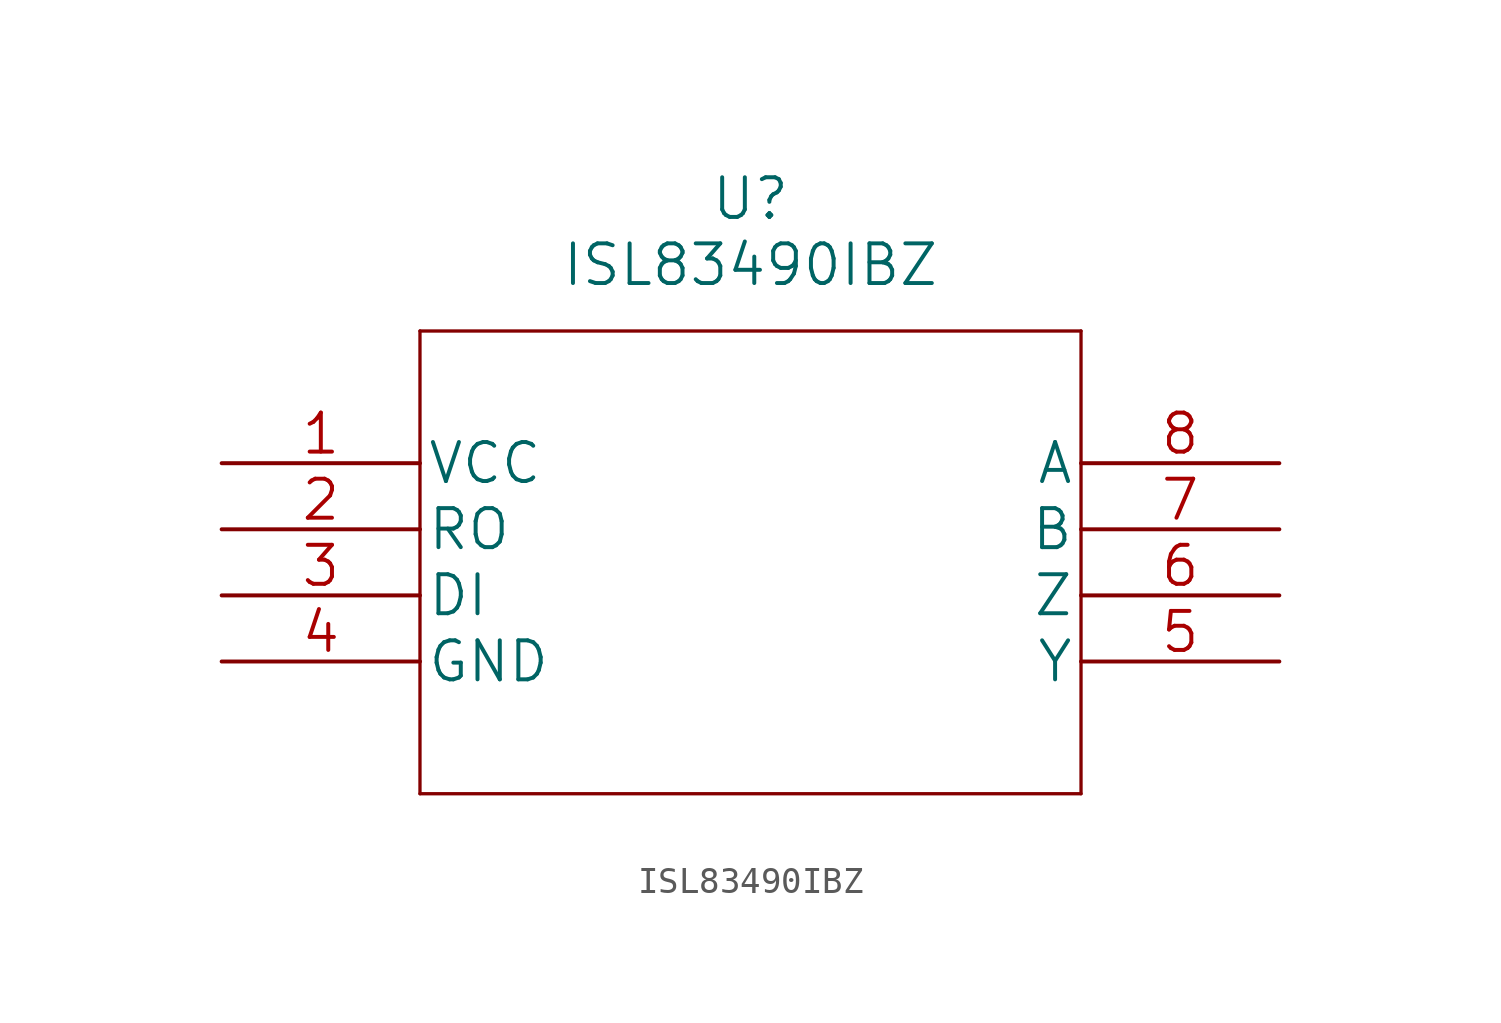
<source format=kicad_sym>
(kicad_symbol_lib
  (version 20220328)
  (generator kicad_symbol_editor)
  (symbol "ISL83490IBZ"
    (pin_names
      (offset 0.254))
    (property "Reference" "U"
      (at 0 13.97 0)
      (effects (font (size 1.524 1.524))))
    (property "Value" "ISL83490IBZ"
      (at 0 11.43 0)
      (effects (font (size 1.524 1.524))))
    (symbol "ISL83490IBZ_1_1"
      (polyline (pts (xy -12.7 -8.89) (xy 12.7 -8.89)) (stroke (width 0.127) (type solid)) (fill (type none)))
      (polyline (pts (xy -12.7 8.89) (xy -12.7 -8.89)) (stroke (width 0.127) (type solid)) (fill (type none)))
      (polyline (pts (xy 12.7 -8.89) (xy 12.7 8.89)) (stroke (width 0.127) (type solid)) (fill (type none)))
      (polyline (pts (xy 12.7 8.89) (xy -12.7 8.89)) (stroke (width 0.127) (type solid)) (fill (type none)))
      (pin power_in line (at -20.32 3.81 0) (length 7.62) (name "VCC" (effects (font (size 1.499 1.499)))) (number "1" (effects (font (size 1.499 1.499)))))
      (pin output line (at -20.32 1.27 0) (length 7.62) (name "RO" (effects (font (size 1.499 1.499)))) (number "2" (effects (font (size 1.499 1.499)))))
      (pin input line (at -20.32 -1.27 0) (length 7.62) (name "DI" (effects (font (size 1.499 1.499)))) (number "3" (effects (font (size 1.499 1.499)))))
      (pin power_in line (at -20.32 -3.81 0) (length 7.62) (name "GND" (effects (font (size 1.499 1.499)))) (number "4" (effects (font (size 1.499 1.499)))))
      (pin output line (at 20.32 -3.81 180) (length 7.62) (name "Y" (effects (font (size 1.499 1.499)))) (number "5" (effects (font (size 1.499 1.499)))))
      (pin output line (at 20.32 -1.27 180) (length 7.62) (name "Z" (effects (font (size 1.499 1.499)))) (number "6" (effects (font (size 1.499 1.499)))))
      (pin input line (at 20.32 1.27 180) (length 7.62) (name "B" (effects (font (size 1.499 1.499)))) (number "7" (effects (font (size 1.499 1.499)))))
      (pin input line (at 20.32 3.81 180) (length 7.62) (name "A" (effects (font (size 1.499 1.499)))) (number "8" (effects (font (size 1.499 1.499))))))))
</source>
